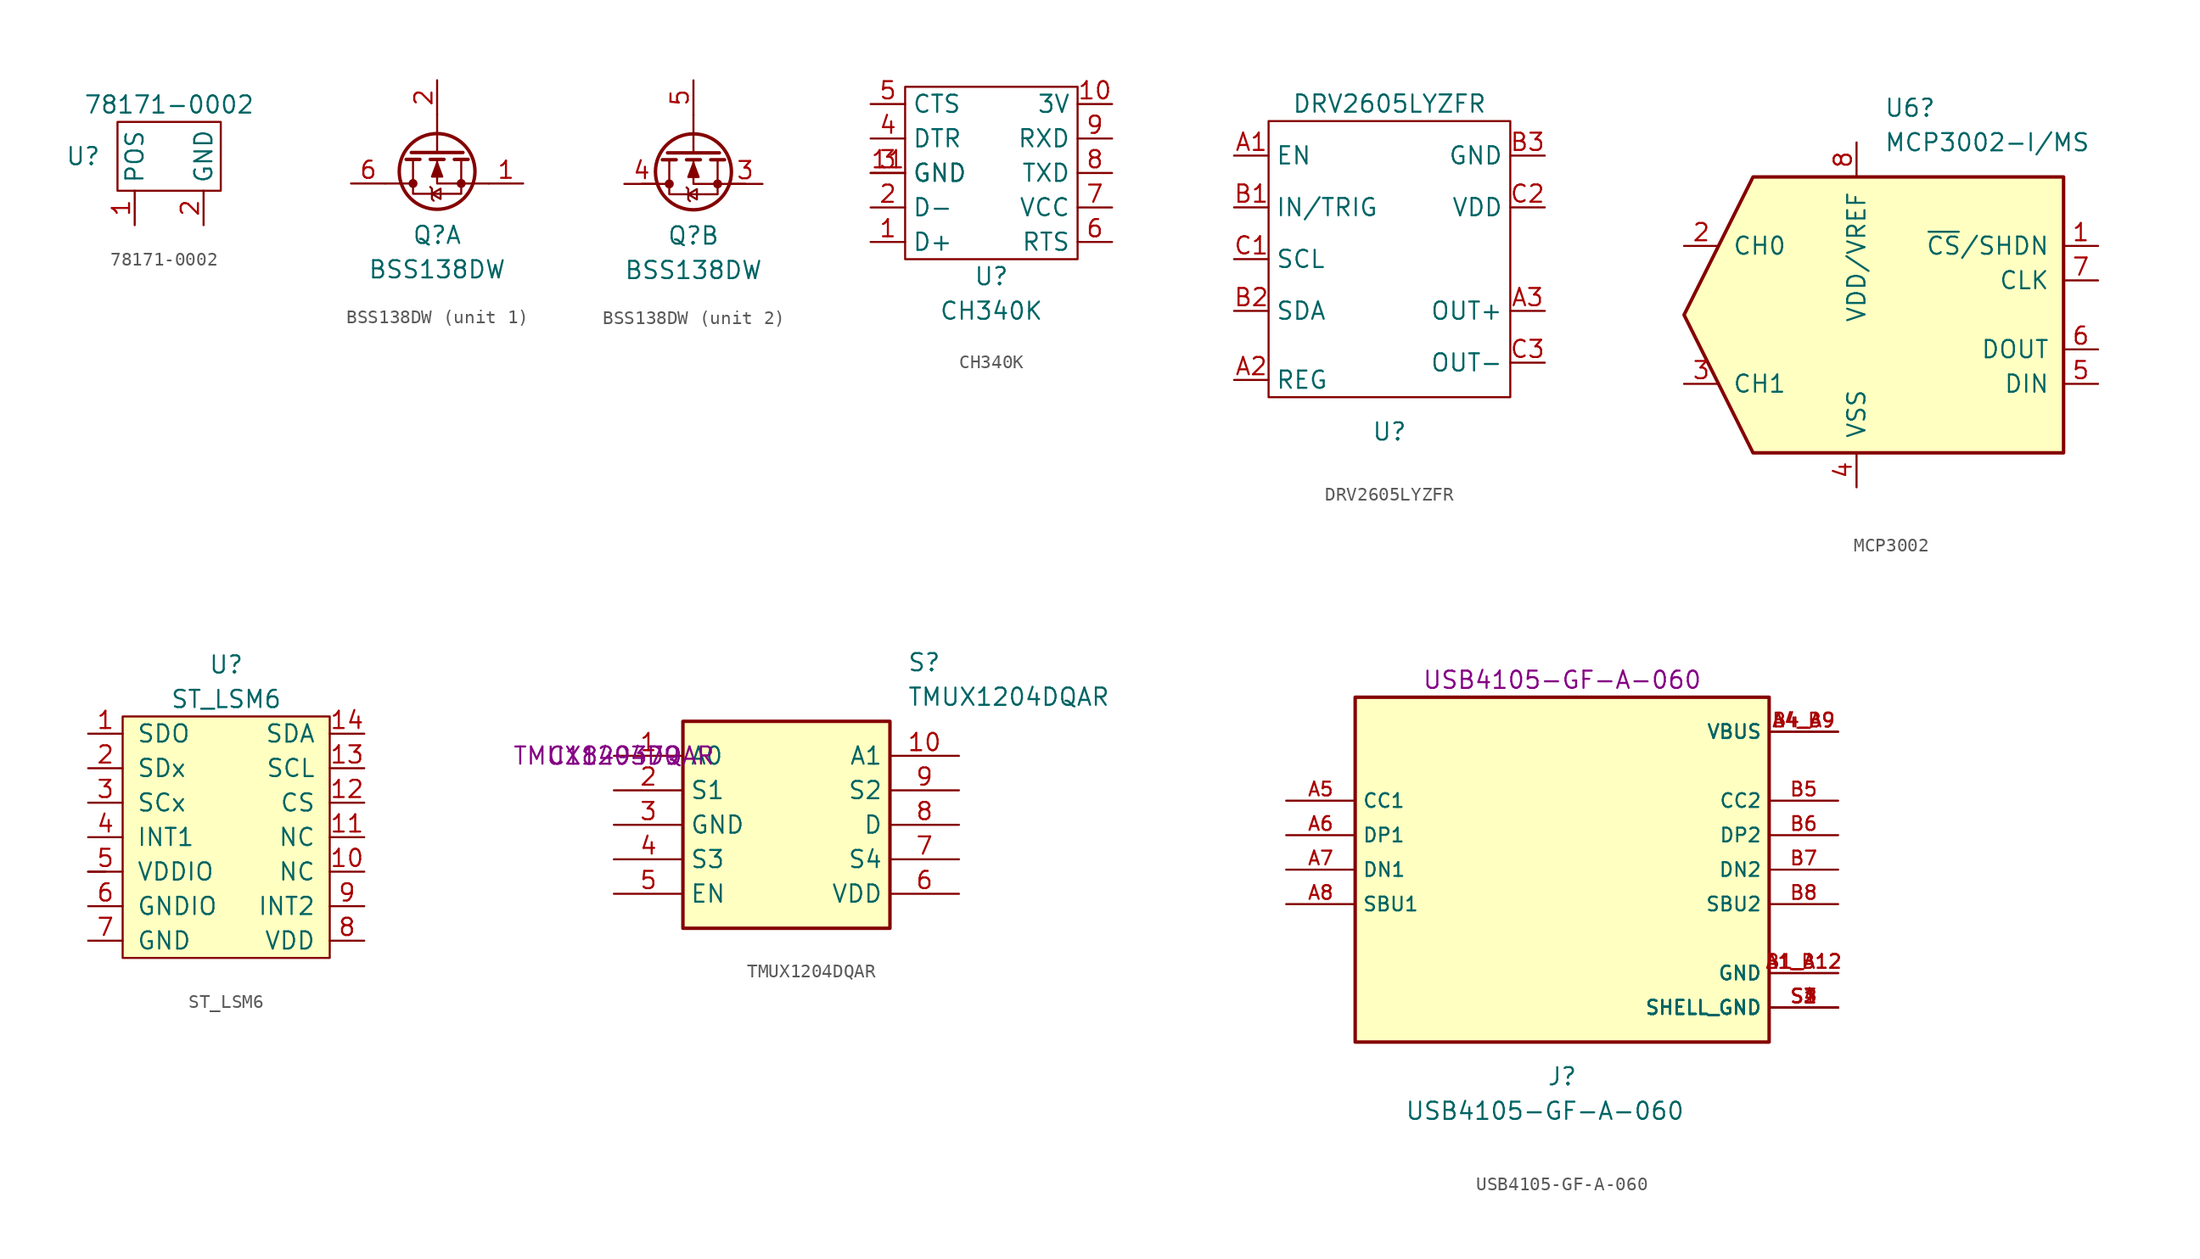
<source format=kicad_sym>
(kicad_symbol_lib
  (version 20231120)
  (generator "kicad_symbol_editor")
  (generator_version "8.0")
  (symbol "78171-0002"
    (property "Reference" "U"
      (at -6.35 0 0)
      (effects (font (size 1.27 1.27))))
    (property "Value" "78171-0002"
      (at 0 3.81 0)
      (effects (font (size 1.27 1.27))))
    (symbol "78171-0002_0_1"
      (rectangle (start -3.81 2.54) (end 3.81 -2.54) (stroke (width 0) (type default)) (fill (type none))))
    (symbol "78171-0002_1_1"
      (pin power_out line (at -2.54 -5.08 90) (length 2.54) (name "POS" (effects (font (size 1.27 1.27)))) (number "1" (effects (font (size 1.27 1.27)))))
      (pin power_in line (at 2.54 -5.08 90) (length 2.54) (name "GND" (effects (font (size 1.27 1.27)))) (number "2" (effects (font (size 1.27 1.27)))))
      (pin no_connect line (at 1.27 6.35 180) (length 2.54) hide (name "NC" (effects (font (size 1.27 1.27)))) (number "3" (effects (font (size 1.27 1.27)))))))
  (symbol "BSS138DW"
    (pin_names hide)
    (property "Reference" "Q"
      (at 0 -3.81 0)
      (effects (font (size 1.27 1.27))))
    (property "Value" "BSS138DW"
      (at 0 -6.35 0)
      (effects (font (size 1.27 1.27))))
    (symbol "BSS138DW_0_1"
      (circle (center -1.778 0) (radius 0.254) (stroke (width 0) (type default)) (fill (type outline)))
      (polyline (pts (xy -3.81 0) (xy -1.778 0)) (stroke (width 0) (type default)) (fill (type none)))
      (polyline (pts (xy -2.286 1.778) (xy -1.27 1.778)) (stroke (width 0.254) (type default)) (fill (type none)))
      (polyline (pts (xy -1.905 2.286) (xy 1.905 2.286)) (stroke (width 0.254) (type default)) (fill (type none)))
      (polyline (pts (xy -0.508 1.778) (xy 0.508 1.778)) (stroke (width 0.254) (type default)) (fill (type none)))
      (polyline (pts (xy 0 2.286) (xy 0 5.08)) (stroke (width 0) (type default)) (fill (type none)))
      (polyline (pts (xy 1.27 1.778) (xy 2.286 1.778)) (stroke (width 0.254) (type default)) (fill (type none)))
      (polyline (pts (xy 3.81 0) (xy 0 0) (xy 0 1.778)) (stroke (width 0) (type default)) (fill (type none)))
      (polyline (pts (xy -0.508 -0.254) (xy -0.381 -0.381) (xy -0.381 -1.143) (xy -0.254 -1.27)) (stroke (width 0) (type default)) (fill (type none)))
      (polyline (pts (xy -0.381 -0.762) (xy 0.254 -0.381) (xy 0.254 -1.143) (xy -0.381 -0.762)) (stroke (width 0) (type default)) (fill (type none)))
      (polyline (pts (xy 0 1.524) (xy -0.381 0.508) (xy 0.381 0.508) (xy 0 1.524)) (stroke (width 0) (type default)) (fill (type outline)))
      (polyline (pts (xy 1.778 1.778) (xy 1.778 -0.762) (xy -1.778 -0.762) (xy -1.778 1.778)) (stroke (width 0) (type default)) (fill (type none)))
      (circle (center 0 0.889) (radius 2.794) (stroke (width 0.254) (type default)) (fill (type none)))
      (circle (center 1.778 0) (radius 0.254) (stroke (width 0) (type default)) (fill (type outline))))
    (symbol "BSS138DW_1_1"
      (pin passive line (at 6.35 0 180) (length 2.54) (name "S1" (effects (font (size 1.27 1.27)))) (number "1" (effects (font (size 1.27 1.27)))))
      (pin input line (at 0 7.62 270) (length 2.54) (name "G1" (effects (font (size 1.27 1.27)))) (number "2" (effects (font (size 1.27 1.27)))))
      (pin passive line (at -6.35 0 0) (length 2.54) (name "D1" (effects (font (size 1.27 1.27)))) (number "6" (effects (font (size 1.27 1.27))))))
    (symbol "BSS138DW_2_1"
      (pin passive line (at 5.08 0 180) (length 2.54) (name "D2" (effects (font (size 1.27 1.27)))) (number "3" (effects (font (size 1.27 1.27)))))
      (pin passive line (at -5.08 0 0) (length 2.54) (name "S2" (effects (font (size 1.27 1.27)))) (number "4" (effects (font (size 1.27 1.27)))))
      (pin input line (at 0 7.62 270) (length 2.54) (name "G2" (effects (font (size 1.27 1.27)))) (number "5" (effects (font (size 1.27 1.27)))))))
  (symbol "CH340K"
    (property "Reference" "U"
      (at 0 -7.62 0)
      (effects (font (size 1.27 1.27))))
    (property "Value" "CH340K"
      (at 0 -10.16 0)
      (effects (font (size 1.27 1.27))))
    (symbol "CH340K_0_0"
      (pin bidirectional line (at -8.89 -5.08 0) (length 2.54) (name "D+" (effects (font (size 1.27 1.27)))) (number "1" (effects (font (size 1.27 1.27)))))
      (pin power_in line (at 8.89 5.08 180) (length 2.54) (name "3V" (effects (font (size 1.27 1.27)))) (number "10" (effects (font (size 1.27 1.27)))))
      (pin power_in line (at -8.89 0 0) (length 2.54) (name "GND" (effects (font (size 1.27 1.27)))) (number "11" (effects (font (size 1.27 1.27)))))
      (pin bidirectional line (at -8.89 -2.54 0) (length 2.54) (name "D-" (effects (font (size 1.27 1.27)))) (number "2" (effects (font (size 1.27 1.27)))))
      (pin power_in line (at -8.89 0 0) (length 2.54) (name "GND" (effects (font (size 1.27 1.27)))) (number "3" (effects (font (size 1.27 1.27)))))
      (pin bidirectional line (at -8.89 2.54 0) (length 2.54) (name "DTR" (effects (font (size 1.27 1.27)))) (number "4" (effects (font (size 1.27 1.27)))))
      (pin bidirectional line (at -8.89 5.08 0) (length 2.54) (name "CTS" (effects (font (size 1.27 1.27)))) (number "5" (effects (font (size 1.27 1.27)))))
      (pin bidirectional line (at 8.89 -5.08 180) (length 2.54) (name "RTS" (effects (font (size 1.27 1.27)))) (number "6" (effects (font (size 1.27 1.27)))))
      (pin power_in line (at 8.89 -2.54 180) (length 2.54) (name "VCC" (effects (font (size 1.27 1.27)))) (number "7" (effects (font (size 1.27 1.27)))))
      (pin output line (at 8.89 0 180) (length 2.54) (name "TXD" (effects (font (size 1.27 1.27)))) (number "8" (effects (font (size 1.27 1.27)))))
      (pin input line (at 8.89 2.54 180) (length 2.54) (name "RXD" (effects (font (size 1.27 1.27)))) (number "9" (effects (font (size 1.27 1.27))))))
    (symbol "CH340K_0_1"
      (rectangle (start -6.35 6.35) (end 6.35 -6.35) (stroke (width 0) (type default)) (fill (type none)))))
  (symbol "DRV2605LYZFR"
    (property "Reference" "U"
      (at 0 -12.7 0)
      (effects (font (size 1.27 1.27))))
    (property "Value" "DRV2605LYZFR"
      (at 0 11.43 0)
      (effects (font (size 1.27 1.27))))
    (symbol "DRV2605LYZFR_0_1"
      (rectangle (start -8.89 10.16) (end 8.89 -10.16) (stroke (width 0) (type default)) (fill (type none))))
    (symbol "DRV2605LYZFR_1_1"
      (pin input line (at -11.43 7.62 0) (length 2.54) (name "EN" (effects (font (size 1.27 1.27)))) (number "A1" (effects (font (size 1.27 1.27)))))
      (pin input line (at -11.43 -8.89 0) (length 2.54) (name "REG" (effects (font (size 1.27 1.27)))) (number "A2" (effects (font (size 1.27 1.27)))))
      (pin input line (at 11.43 -3.81 180) (length 2.54) (name "OUT+" (effects (font (size 1.27 1.27)))) (number "A3" (effects (font (size 1.27 1.27)))))
      (pin input line (at -11.43 3.81 0) (length 2.54) (name "IN/TRIG" (effects (font (size 1.27 1.27)))) (number "B1" (effects (font (size 1.27 1.27)))))
      (pin input line (at -11.43 -3.81 0) (length 2.54) (name "SDA" (effects (font (size 1.27 1.27)))) (number "B2" (effects (font (size 1.27 1.27)))))
      (pin input line (at 11.43 7.62 180) (length 2.54) (name "GND" (effects (font (size 1.27 1.27)))) (number "B3" (effects (font (size 1.27 1.27)))))
      (pin input line (at -11.43 0 0) (length 2.54) (name "SCL" (effects (font (size 1.27 1.27)))) (number "C1" (effects (font (size 1.27 1.27)))))
      (pin input line (at 11.43 3.81 180) (length 2.54) (name "VDD" (effects (font (size 1.27 1.27)))) (number "C2" (effects (font (size 1.27 1.27)))))
      (pin input line (at 11.43 -7.62 180) (length 2.54) (name "OUT-" (effects (font (size 1.27 1.27)))) (number "C3" (effects (font (size 1.27 1.27)))))))
  (symbol "MCP3002"
    (pin_names
      (offset 1.016))
    (property "Reference" "U6"
      (at 2.019 15.24 0)
      (effects (font (size 1.27 1.27)) (justify left)))
    (property "Value" "MCP3002-I/MS"
      (at 2.019 12.7 0)
      (effects (font (size 1.27 1.27)) (justify left)))
    (symbol "MCP3002_0_1"
      (polyline (pts (xy 15.24 10.16) (xy -7.62 10.16) (xy -12.7 0) (xy -7.62 -10.16) (xy 15.24 -10.16) (xy 15.24 10.16)) (stroke (width 0.254) (type default)) (fill (type background))))
    (symbol "MCP3002_1_1"
      (pin input line (at 17.78 5.08 180) (length 2.54) (name "~{CS}/SHDN" (effects (font (size 1.27 1.27)))) (number "1" (effects (font (size 1.27 1.27)))))
      (pin passive line (at -12.7 5.08 0) (length 2.54) (name "CH0" (effects (font (size 1.27 1.27)))) (number "2" (effects (font (size 1.27 1.27)))))
      (pin passive line (at -12.7 -5.08 0) (length 2.54) (name "CH1" (effects (font (size 1.27 1.27)))) (number "3" (effects (font (size 1.27 1.27)))))
      (pin power_in line (at 0 -12.7 90) (length 2.54) (name "VSS" (effects (font (size 1.27 1.27)))) (number "4" (effects (font (size 1.27 1.27)))))
      (pin input line (at 17.78 -5.08 180) (length 2.54) (name "DIN" (effects (font (size 1.27 1.27)))) (number "5" (effects (font (size 1.27 1.27)))))
      (pin output line (at 17.78 -2.54 180) (length 2.54) (name "DOUT" (effects (font (size 1.27 1.27)))) (number "6" (effects (font (size 1.27 1.27)))))
      (pin input line (at 17.78 2.54 180) (length 2.54) (name "CLK" (effects (font (size 1.27 1.27)))) (number "7" (effects (font (size 1.27 1.27)))))
      (pin power_in line (at 0 12.7 270) (length 2.54) (name "VDD/VREF" (effects (font (size 1.27 1.27)))) (number "8" (effects (font (size 1.27 1.27)))))))
  (symbol "ST_LSM6"
    (pin_names
      (offset 1.016))
    (property "Reference" "U"
      (at 0 8.89 0)
      (effects (font (size 1.27 1.27))))
    (property "Value" "ST_LSM6"
      (at 0 6.35 0)
      (effects (font (size 1.27 1.27))))
    (symbol "ST_LSM6_0_0"
      (rectangle (start -7.62 5.08) (end 7.62 -12.7) (stroke (width 0) (type default)) (fill (type background))))
    (symbol "ST_LSM6_0_1"
      (rectangle (start -8.89 -6.35) (end -10.16 -6.35) (stroke (width 0) (type default)) (fill (type none))))
    (symbol "ST_LSM6_1_1"
      (pin bidirectional line (at -10.16 3.81 0) (length 2.54) (name "SDO" (effects (font (size 1.27 1.27)))) (number "1" (effects (font (size 1.27 1.27)))))
      (pin bidirectional line (at 10.16 -6.35 180) (length 2.54) (name "NC" (effects (font (size 1.27 1.27)))) (number "10" (effects (font (size 1.27 1.27)))))
      (pin bidirectional line (at 10.16 -3.81 180) (length 2.54) (name "NC" (effects (font (size 1.27 1.27)))) (number "11" (effects (font (size 1.27 1.27)))))
      (pin bidirectional line (at 10.16 -1.27 180) (length 2.54) (name "CS" (effects (font (size 1.27 1.27)))) (number "12" (effects (font (size 1.27 1.27)))))
      (pin bidirectional line (at 10.16 1.27 180) (length 2.54) (name "SCL" (effects (font (size 1.27 1.27)))) (number "13" (effects (font (size 1.27 1.27)))))
      (pin bidirectional line (at 10.16 3.81 180) (length 2.54) (name "SDA" (effects (font (size 1.27 1.27)))) (number "14" (effects (font (size 1.27 1.27)))))
      (pin bidirectional line (at -10.16 1.27 0) (length 2.54) (name "SDx" (effects (font (size 1.27 1.27)))) (number "2" (effects (font (size 1.27 1.27)))))
      (pin bidirectional line (at -10.16 -1.27 0) (length 2.54) (name "SCx" (effects (font (size 1.27 1.27)))) (number "3" (effects (font (size 1.27 1.27)))))
      (pin bidirectional line (at -10.16 -3.81 0) (length 2.54) (name "INT1" (effects (font (size 1.27 1.27)))) (number "4" (effects (font (size 1.27 1.27)))))
      (pin bidirectional line (at -10.16 -6.35 0) (length 2.54) (name "VDDIO" (effects (font (size 1.27 1.27)))) (number "5" (effects (font (size 1.27 1.27)))))
      (pin bidirectional line (at -10.16 -8.89 0) (length 2.54) (name "GNDIO" (effects (font (size 1.27 1.27)))) (number "6" (effects (font (size 1.27 1.27)))))
      (pin bidirectional line (at -10.16 -11.43 0) (length 2.54) (name "GND" (effects (font (size 1.27 1.27)))) (number "7" (effects (font (size 1.27 1.27)))))
      (pin bidirectional line (at 10.16 -11.43 180) (length 2.54) (name "VDD" (effects (font (size 1.27 1.27)))) (number "8" (effects (font (size 1.27 1.27)))))
      (pin bidirectional line (at 10.16 -8.89 180) (length 2.54) (name "INT2" (effects (font (size 1.27 1.27)))) (number "9" (effects (font (size 1.27 1.27)))))))
  (symbol "TMUX1204DQAR"
    (property "Reference" "S"
      (at 21.59 7.62 0)
      (effects (font (size 1.27 1.27)) (justify left top)))
    (property "Value" "TMUX1204DQAR"
      (at 21.59 5.08 0)
      (effects (font (size 1.27 1.27)) (justify left top)))
    (property "MPN" "TMUX1204DQAR"
      (at 0 0 0)
      (effects (font (size 1.27 1.27))))
    (property "LCSC" "C1849379"
      (at 0 0 0)
      (effects (font (size 1.27 1.27))))
    (symbol "TMUX1204DQAR_1_1"
      (rectangle (start 5.08 2.54) (end 20.32 -12.7) (stroke (width 0.254) (type default)) (fill (type background)))
      (pin passive line (at 0 0 0) (length 5.08) (name "A0" (effects (font (size 1.27 1.27)))) (number "1" (effects (font (size 1.27 1.27)))))
      (pin passive line (at 25.4 0 180) (length 5.08) (name "A1" (effects (font (size 1.27 1.27)))) (number "10" (effects (font (size 1.27 1.27)))))
      (pin passive line (at 0 -2.54 0) (length 5.08) (name "S1" (effects (font (size 1.27 1.27)))) (number "2" (effects (font (size 1.27 1.27)))))
      (pin passive line (at 0 -5.08 0) (length 5.08) (name "GND" (effects (font (size 1.27 1.27)))) (number "3" (effects (font (size 1.27 1.27)))))
      (pin passive line (at 0 -7.62 0) (length 5.08) (name "S3" (effects (font (size 1.27 1.27)))) (number "4" (effects (font (size 1.27 1.27)))))
      (pin passive line (at 0 -10.16 0) (length 5.08) (name "EN" (effects (font (size 1.27 1.27)))) (number "5" (effects (font (size 1.27 1.27)))))
      (pin passive line (at 25.4 -10.16 180) (length 5.08) (name "VDD" (effects (font (size 1.27 1.27)))) (number "6" (effects (font (size 1.27 1.27)))))
      (pin passive line (at 25.4 -7.62 180) (length 5.08) (name "S4" (effects (font (size 1.27 1.27)))) (number "7" (effects (font (size 1.27 1.27)))))
      (pin passive line (at 25.4 -5.08 180) (length 5.08) (name "D" (effects (font (size 1.27 1.27)))) (number "8" (effects (font (size 1.27 1.27)))))
      (pin passive line (at 25.4 -2.54 180) (length 5.08) (name "S2" (effects (font (size 1.27 1.27)))) (number "9" (effects (font (size 1.27 1.27)))))))
  (symbol "USB4105-GF-A-060"
    (property "Reference" "J"
      (at 0 -15.24 0)
      (effects (font (size 1.27 1.27))))
    (property "Value" "USB4105-GF-A-060"
      (at -1.27 -17.78 0)
      (effects (font (size 1.27 1.27))))
    (property "MPN" "USB4105-GF-A-060"
      (at 0 13.97 0)
      (effects (font (size 1.27 1.27))))
    (symbol "USB4105-GF-A-060_0_0"
      (rectangle (start -15.24 -12.7) (end 15.24 12.7) (stroke (width 0.254) (type default)) (fill (type background)))
      (pin power_in line (at 20.32 -7.62 180) (length 5.08) (name "GND" (effects (font (size 1.016 1.016)))) (number "A1_B12" (effects (font (size 1.016 1.016)))))
      (pin power_in line (at 20.32 10.16 180) (length 5.08) (name "VBUS" (effects (font (size 1.016 1.016)))) (number "A4_B9" (effects (font (size 1.016 1.016)))))
      (pin bidirectional line (at -20.32 5.08 0) (length 5.08) (name "CC1" (effects (font (size 1.016 1.016)))) (number "A5" (effects (font (size 1.016 1.016)))))
      (pin bidirectional line (at -20.32 2.54 0) (length 5.08) (name "DP1" (effects (font (size 1.016 1.016)))) (number "A6" (effects (font (size 1.016 1.016)))))
      (pin bidirectional line (at -20.32 0 0) (length 5.08) (name "DN1" (effects (font (size 1.016 1.016)))) (number "A7" (effects (font (size 1.016 1.016)))))
      (pin bidirectional line (at -20.32 -2.54 0) (length 5.08) (name "SBU1" (effects (font (size 1.016 1.016)))) (number "A8" (effects (font (size 1.016 1.016)))))
      (pin power_in line (at 20.32 -7.62 180) (length 5.08) (name "GND" (effects (font (size 1.016 1.016)))) (number "B1_A12" (effects (font (size 1.016 1.016)))))
      (pin power_in line (at 20.32 10.16 180) (length 5.08) (name "VBUS" (effects (font (size 1.016 1.016)))) (number "B4_A9" (effects (font (size 1.016 1.016)))))
      (pin bidirectional line (at 20.32 5.08 180) (length 5.08) (name "CC2" (effects (font (size 1.016 1.016)))) (number "B5" (effects (font (size 1.016 1.016)))))
      (pin bidirectional line (at 20.32 2.54 180) (length 5.08) (name "DP2" (effects (font (size 1.016 1.016)))) (number "B6" (effects (font (size 1.016 1.016)))))
      (pin bidirectional line (at 20.32 0 180) (length 5.08) (name "DN2" (effects (font (size 1.016 1.016)))) (number "B7" (effects (font (size 1.016 1.016)))))
      (pin bidirectional line (at 20.32 -2.54 180) (length 5.08) (name "SBU2" (effects (font (size 1.016 1.016)))) (number "B8" (effects (font (size 1.016 1.016)))))
      (pin power_in line (at 20.32 -10.16 180) (length 5.08) (name "SHELL_GND" (effects (font (size 1.016 1.016)))) (number "S1" (effects (font (size 1.016 1.016)))))
      (pin power_in line (at 20.32 -10.16 180) (length 5.08) (name "SHELL_GND" (effects (font (size 1.016 1.016)))) (number "S2" (effects (font (size 1.016 1.016)))))
      (pin power_in line (at 20.32 -10.16 180) (length 5.08) (name "SHELL_GND" (effects (font (size 1.016 1.016)))) (number "S3" (effects (font (size 1.016 1.016)))))
      (pin power_in line (at 20.32 -10.16 180) (length 5.08) (name "SHELL_GND" (effects (font (size 1.016 1.016)))) (number "S4" (effects (font (size 1.016 1.016))))))))
</source>
